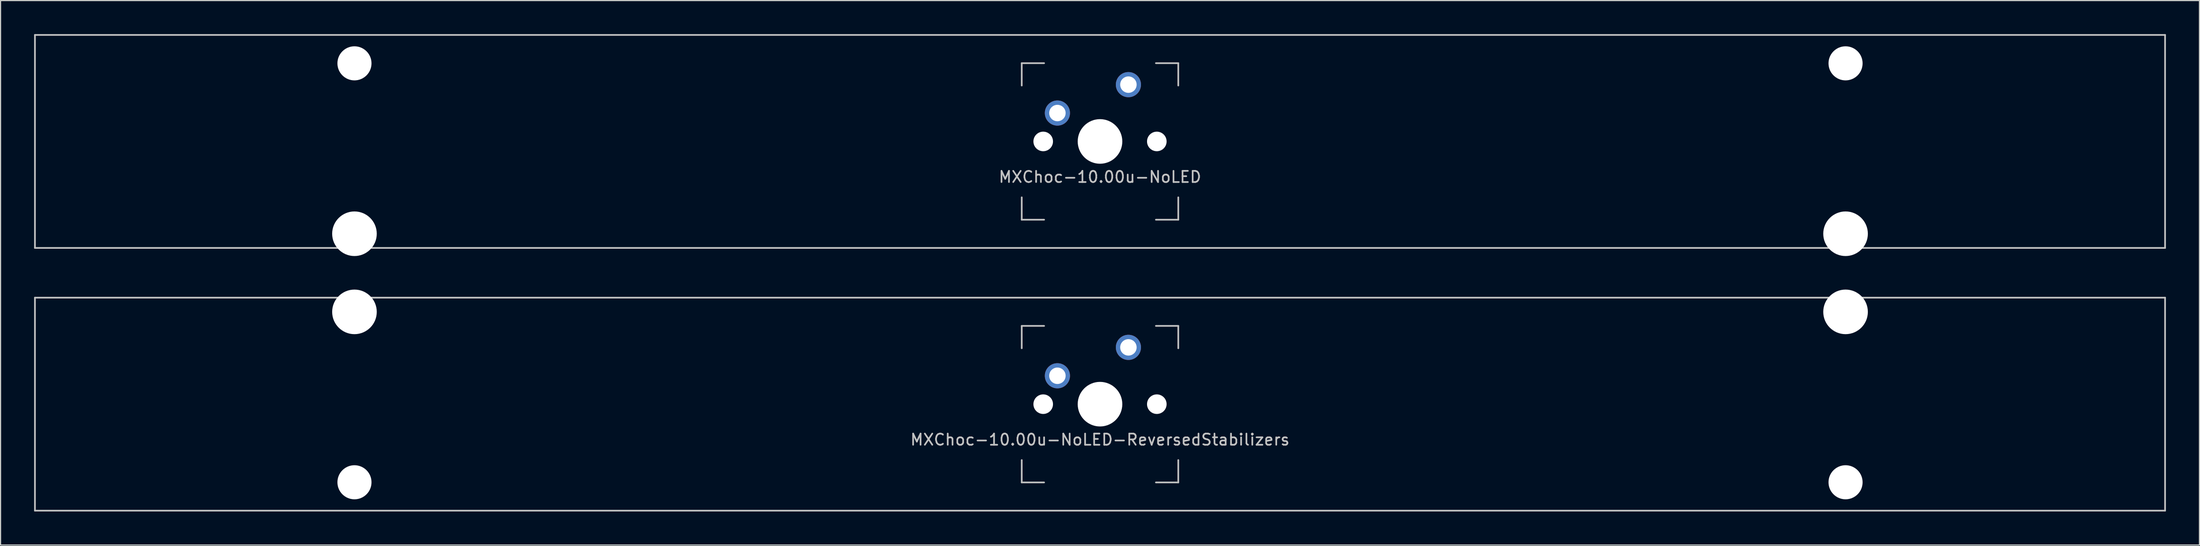
<source format=kicad_pcb>
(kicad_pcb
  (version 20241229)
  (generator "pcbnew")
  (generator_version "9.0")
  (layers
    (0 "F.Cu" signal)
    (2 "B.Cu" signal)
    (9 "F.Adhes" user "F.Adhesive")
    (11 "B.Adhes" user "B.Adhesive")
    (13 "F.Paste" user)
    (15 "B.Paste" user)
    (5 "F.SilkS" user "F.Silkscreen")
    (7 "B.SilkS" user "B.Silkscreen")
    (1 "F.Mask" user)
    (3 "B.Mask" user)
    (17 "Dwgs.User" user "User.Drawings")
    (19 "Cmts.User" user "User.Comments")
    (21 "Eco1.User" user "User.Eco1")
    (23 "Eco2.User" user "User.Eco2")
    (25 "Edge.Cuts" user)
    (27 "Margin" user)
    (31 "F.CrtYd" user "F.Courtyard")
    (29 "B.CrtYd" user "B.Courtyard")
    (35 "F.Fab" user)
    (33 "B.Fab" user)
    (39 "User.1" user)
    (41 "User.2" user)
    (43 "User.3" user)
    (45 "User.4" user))
  (footprint "MXChoc-10.00u-NoLED-ReversedStabilizers"
    (layer "F.Cu")
    (at 95.325 33.098)
    (property "Reference" "MXChoc-10.00u-NoLED-ReversedStabilizers" (at 0 3.175 0) (layer "Dwgs.User") (effects (font (size 1 1) (thickness 0.15))))
    (attr through_hole)
    (fp_line (start -95.25 -9.525) (end 95.25 -9.525) (stroke (width 0.15) (type solid)) (layer "Dwgs.User"))
    (fp_line (start -95.25 9.525) (end -95.25 -9.525) (stroke (width 0.15) (type solid)) (layer "Dwgs.User"))
    (fp_line (start -95.25 9.525) (end 95.25 9.525) (stroke (width 0.15) (type solid)) (layer "Dwgs.User"))
    (fp_line (start -7 -7) (end -7 -5) (stroke (width 0.15) (type solid)) (layer "Dwgs.User"))
    (fp_line (start -7 5) (end -7 7) (stroke (width 0.15) (type solid)) (layer "Dwgs.User"))
    (fp_line (start -7 7) (end -5 7) (stroke (width 0.15) (type solid)) (layer "Dwgs.User"))
    (fp_line (start -5 -7) (end -7 -7) (stroke (width 0.15) (type solid)) (layer "Dwgs.User"))
    (fp_line (start 5 -7) (end 7 -7) (stroke (width 0.15) (type solid)) (layer "Dwgs.User"))
    (fp_line (start 5 7) (end 7 7) (stroke (width 0.15) (type solid)) (layer "Dwgs.User"))
    (fp_line (start 7 -7) (end 7 -5) (stroke (width 0.15) (type solid)) (layer "Dwgs.User"))
    (fp_line (start 7 7) (end 7 5) (stroke (width 0.15) (type solid)) (layer "Dwgs.User"))
    (fp_line (start 95.25 -9.525) (end 95.25 9.525) (stroke (width 0.15) (type solid)) (layer "Dwgs.User"))
    (pad "" np_thru_hole circle (at -66.675 -8.255 180) (size 3.988 3.988) (drill 3.988) (layers "*.Cu" "*.Mask"))
    (pad "" np_thru_hole circle (at -66.675 6.985 180) (size 3.048 3.048) (drill 3.048) (layers "*.Cu" "*.Mask"))
    (pad "" np_thru_hole circle (at -5.08 0 48.1) (size 1.75 1.75) (drill 1.75) (layers "*.Cu" "*.Mask"))
    (pad "" np_thru_hole circle (at 0 0) (size 3.988 3.988) (drill 3.988) (layers "*.Cu" "*.Mask"))
    (pad "" np_thru_hole circle (at 5.08 0 48.1) (size 1.75 1.75) (drill 1.75) (layers "*.Cu" "*.Mask"))
    (pad "" np_thru_hole circle (at 66.675 -8.255 180) (size 3.988 3.988) (drill 3.988) (layers "*.Cu" "*.Mask"))
    (pad "" np_thru_hole circle (at 66.675 6.985 180) (size 3.048 3.048) (drill 3.048) (layers "*.Cu" "*.Mask"))
    (pad "1" thru_hole circle (at -3.81 -2.54) (size 2.25 2.25) (drill 1.47) (layers "*.Cu" "B.Mask"))
    (pad "2" thru_hole circle (at 2.54 -5.08) (size 2.25 2.25) (drill 1.47) (layers "*.Cu" "B.Mask")))
  (footprint "MXChoc-10.00u-NoLED"
    (layer "F.Cu")
    (at 95.325 9.6)
    (property "Reference" "MXChoc-10.00u-NoLED" (at 0 3.175 0) (layer "Dwgs.User") (effects (font (size 1 1) (thickness 0.15))))
    (attr through_hole)
    (fp_line (start -95.25 -9.525) (end 95.25 -9.525) (stroke (width 0.15) (type solid)) (layer "Dwgs.User"))
    (fp_line (start -95.25 9.525) (end -95.25 -9.525) (stroke (width 0.15) (type solid)) (layer "Dwgs.User"))
    (fp_line (start -95.25 9.525) (end 95.25 9.525) (stroke (width 0.15) (type solid)) (layer "Dwgs.User"))
    (fp_line (start -7 -7) (end -7 -5) (stroke (width 0.15) (type solid)) (layer "Dwgs.User"))
    (fp_line (start -7 5) (end -7 7) (stroke (width 0.15) (type solid)) (layer "Dwgs.User"))
    (fp_line (start -7 7) (end -5 7) (stroke (width 0.15) (type solid)) (layer "Dwgs.User"))
    (fp_line (start -5 -7) (end -7 -7) (stroke (width 0.15) (type solid)) (layer "Dwgs.User"))
    (fp_line (start 5 -7) (end 7 -7) (stroke (width 0.15) (type solid)) (layer "Dwgs.User"))
    (fp_line (start 5 7) (end 7 7) (stroke (width 0.15) (type solid)) (layer "Dwgs.User"))
    (fp_line (start 7 -7) (end 7 -5) (stroke (width 0.15) (type solid)) (layer "Dwgs.User"))
    (fp_line (start 7 7) (end 7 5) (stroke (width 0.15) (type solid)) (layer "Dwgs.User"))
    (fp_line (start 95.25 -9.525) (end 95.25 9.525) (stroke (width 0.15) (type solid)) (layer "Dwgs.User"))
    (pad "" np_thru_hole circle (at -66.675 -6.985) (size 3.048 3.048) (drill 3.048) (layers "*.Cu" "*.Mask"))
    (pad "" np_thru_hole circle (at -66.675 8.255) (size 3.988 3.988) (drill 3.988) (layers "*.Cu" "*.Mask"))
    (pad "" np_thru_hole circle (at -5.08 0 48.1) (size 1.75 1.75) (drill 1.75) (layers "*.Cu" "*.Mask"))
    (pad "" np_thru_hole circle (at 0 0) (size 3.988 3.988) (drill 3.988) (layers "*.Cu" "*.Mask"))
    (pad "" np_thru_hole circle (at 5.08 0 48.1) (size 1.75 1.75) (drill 1.75) (layers "*.Cu" "*.Mask"))
    (pad "" np_thru_hole circle (at 66.675 -6.985) (size 3.048 3.048) (drill 3.048) (layers "*.Cu" "*.Mask"))
    (pad "" np_thru_hole circle (at 66.675 8.255) (size 3.988 3.988) (drill 3.988) (layers "*.Cu" "*.Mask"))
    (pad "1" thru_hole circle (at -3.81 -2.54) (size 2.25 2.25) (drill 1.47) (layers "*.Cu" "B.Mask"))
    (pad "2" thru_hole circle (at 2.54 -5.08) (size 2.25 2.25) (drill 1.47) (layers "*.Cu" "B.Mask")))
  (gr_rect
    (start -3 -3)
    (end 193.65 45.698)
    (stroke (width 0.1) (type default))
    (fill no)
    (layer "Edge.Cuts")))
</source>
